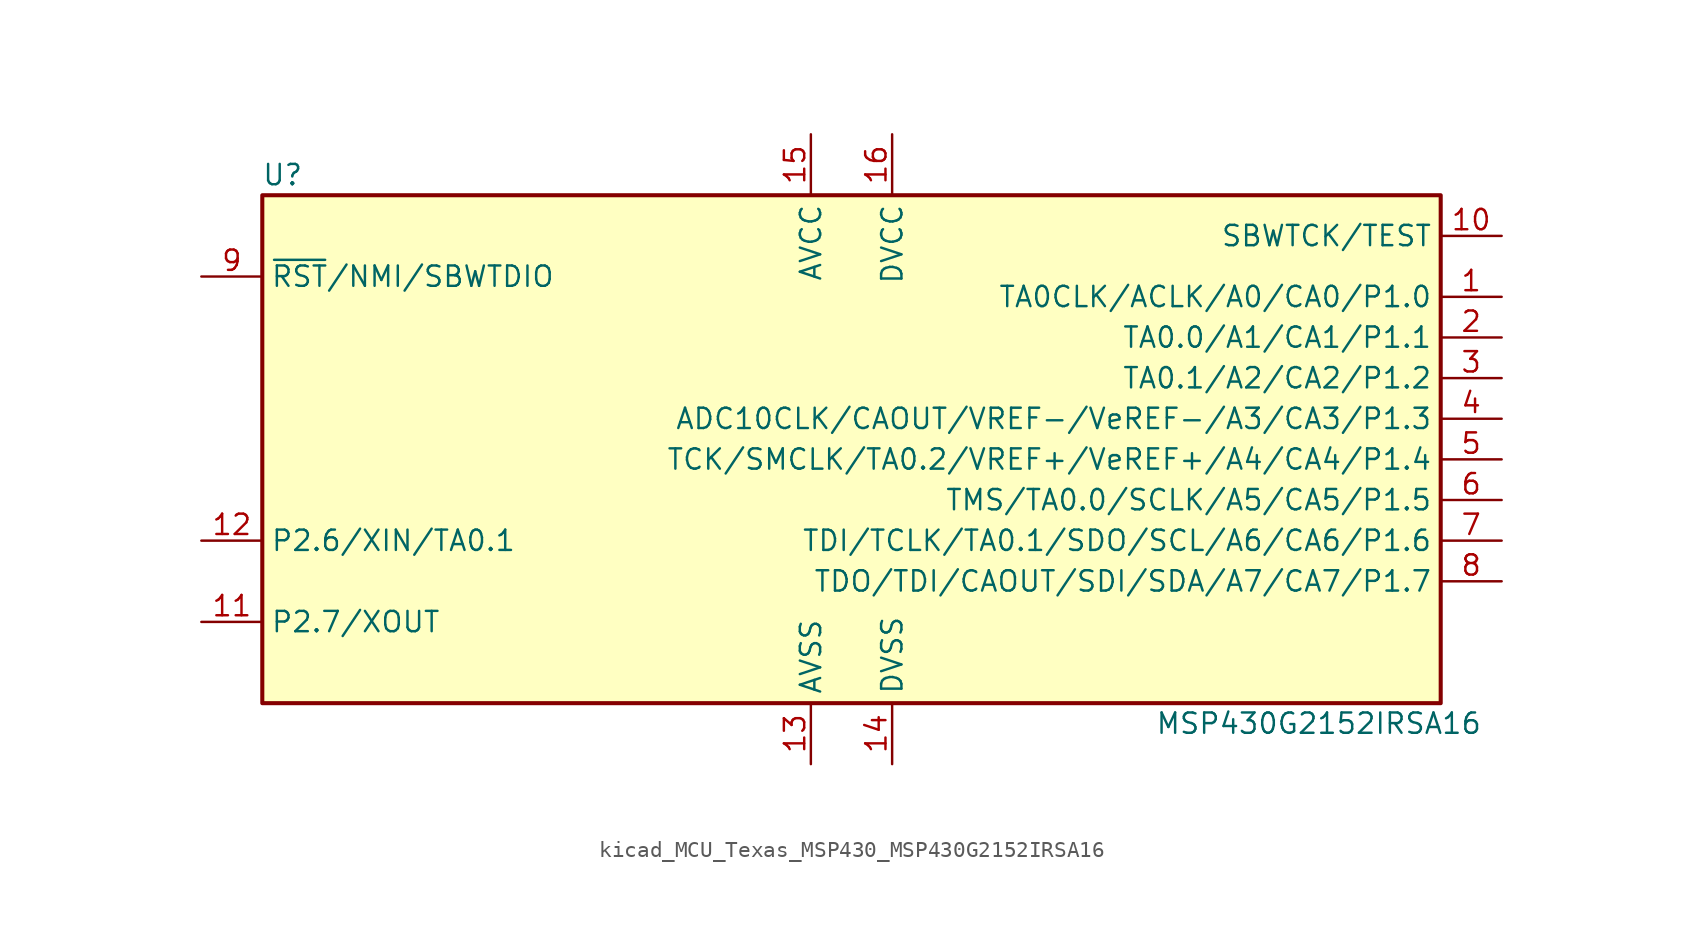
<source format=kicad_sym>
(kicad_symbol_lib
  (version 20220914)
  (generator kicad_symbol_editor)
  (symbol "kicad_MCU_Texas_MSP430_MSP430G2152IRSA16"
    (property "Reference" "U"
      (at -35.56 17.78 0)
      (effects (font (size 1.27 1.27))))
    (property "Value" "MSP430G2152IRSA16"
      (at 29.21 -16.51 0)
      (effects (font (size 1.27 1.27))))
    (symbol "kicad_MCU_Texas_MSP430_MSP430G2152IRSA16_0_1"
      (rectangle (start -36.83 16.51) (end 36.83 -15.24) (stroke (width 0.254) (type default)) (fill (type background))))
    (symbol "kicad_MCU_Texas_MSP430_MSP430G2152IRSA16_1_1"
      (pin bidirectional line (at 40.64 10.16 180) (length 3.81) (name "TA0CLK/ACLK/A0/CA0/P1.0" (effects (font (size 1.27 1.27)))) (number "1" (effects (font (size 1.27 1.27)))))
      (pin input line (at 40.64 13.97 180) (length 3.81) (name "SBWTCK/TEST" (effects (font (size 1.27 1.27)))) (number "10" (effects (font (size 1.27 1.27)))))
      (pin bidirectional line (at -40.64 -10.16 0) (length 3.81) (name "P2.7/XOUT" (effects (font (size 1.27 1.27)))) (number "11" (effects (font (size 1.27 1.27)))))
      (pin bidirectional line (at -40.64 -5.08 0) (length 3.81) (name "P2.6/XIN/TA0.1" (effects (font (size 1.27 1.27)))) (number "12" (effects (font (size 1.27 1.27)))))
      (pin power_in line (at -2.54 -19.05 90) (length 3.81) (name "AVSS" (effects (font (size 1.27 1.27)))) (number "13" (effects (font (size 1.27 1.27)))))
      (pin power_in line (at 2.54 -19.05 90) (length 3.81) (name "DVSS" (effects (font (size 1.27 1.27)))) (number "14" (effects (font (size 1.27 1.27)))))
      (pin power_in line (at -2.54 20.32 270) (length 3.81) (name "AVCC" (effects (font (size 1.27 1.27)))) (number "15" (effects (font (size 1.27 1.27)))))
      (pin power_in line (at 2.54 20.32 270) (length 3.81) (name "DVCC" (effects (font (size 1.27 1.27)))) (number "16" (effects (font (size 1.27 1.27)))))
      (pin bidirectional line (at 40.64 7.62 180) (length 3.81) (name "TA0.0/A1/CA1/P1.1" (effects (font (size 1.27 1.27)))) (number "2" (effects (font (size 1.27 1.27)))))
      (pin bidirectional line (at 40.64 5.08 180) (length 3.81) (name "TA0.1/A2/CA2/P1.2" (effects (font (size 1.27 1.27)))) (number "3" (effects (font (size 1.27 1.27)))))
      (pin bidirectional line (at 40.64 2.54 180) (length 3.81) (name "ADC10CLK/CAOUT/VREF-/VeREF-/A3/CA3/P1.3" (effects (font (size 1.27 1.27)))) (number "4" (effects (font (size 1.27 1.27)))))
      (pin bidirectional line (at 40.64 0 180) (length 3.81) (name "TCK/SMCLK/TA0.2/VREF+/VeREF+/A4/CA4/P1.4" (effects (font (size 1.27 1.27)))) (number "5" (effects (font (size 1.27 1.27)))))
      (pin bidirectional line (at 40.64 -2.54 180) (length 3.81) (name "TMS/TA0.0/SCLK/A5/CA5/P1.5" (effects (font (size 1.27 1.27)))) (number "6" (effects (font (size 1.27 1.27)))))
      (pin bidirectional line (at 40.64 -5.08 180) (length 3.81) (name "TDI/TCLK/TA0.1/SDO/SCL/A6/CA6/P1.6" (effects (font (size 1.27 1.27)))) (number "7" (effects (font (size 1.27 1.27)))))
      (pin bidirectional line (at 40.64 -7.62 180) (length 3.81) (name "TDO/TDI/CAOUT/SDI/SDA/A7/CA7/P1.7" (effects (font (size 1.27 1.27)))) (number "8" (effects (font (size 1.27 1.27)))))
      (pin input line (at -40.64 11.43 0) (length 3.81) (name "~{RST}/NMI/SBWTDIO" (effects (font (size 1.27 1.27)))) (number "9" (effects (font (size 1.27 1.27))))))))
</source>
